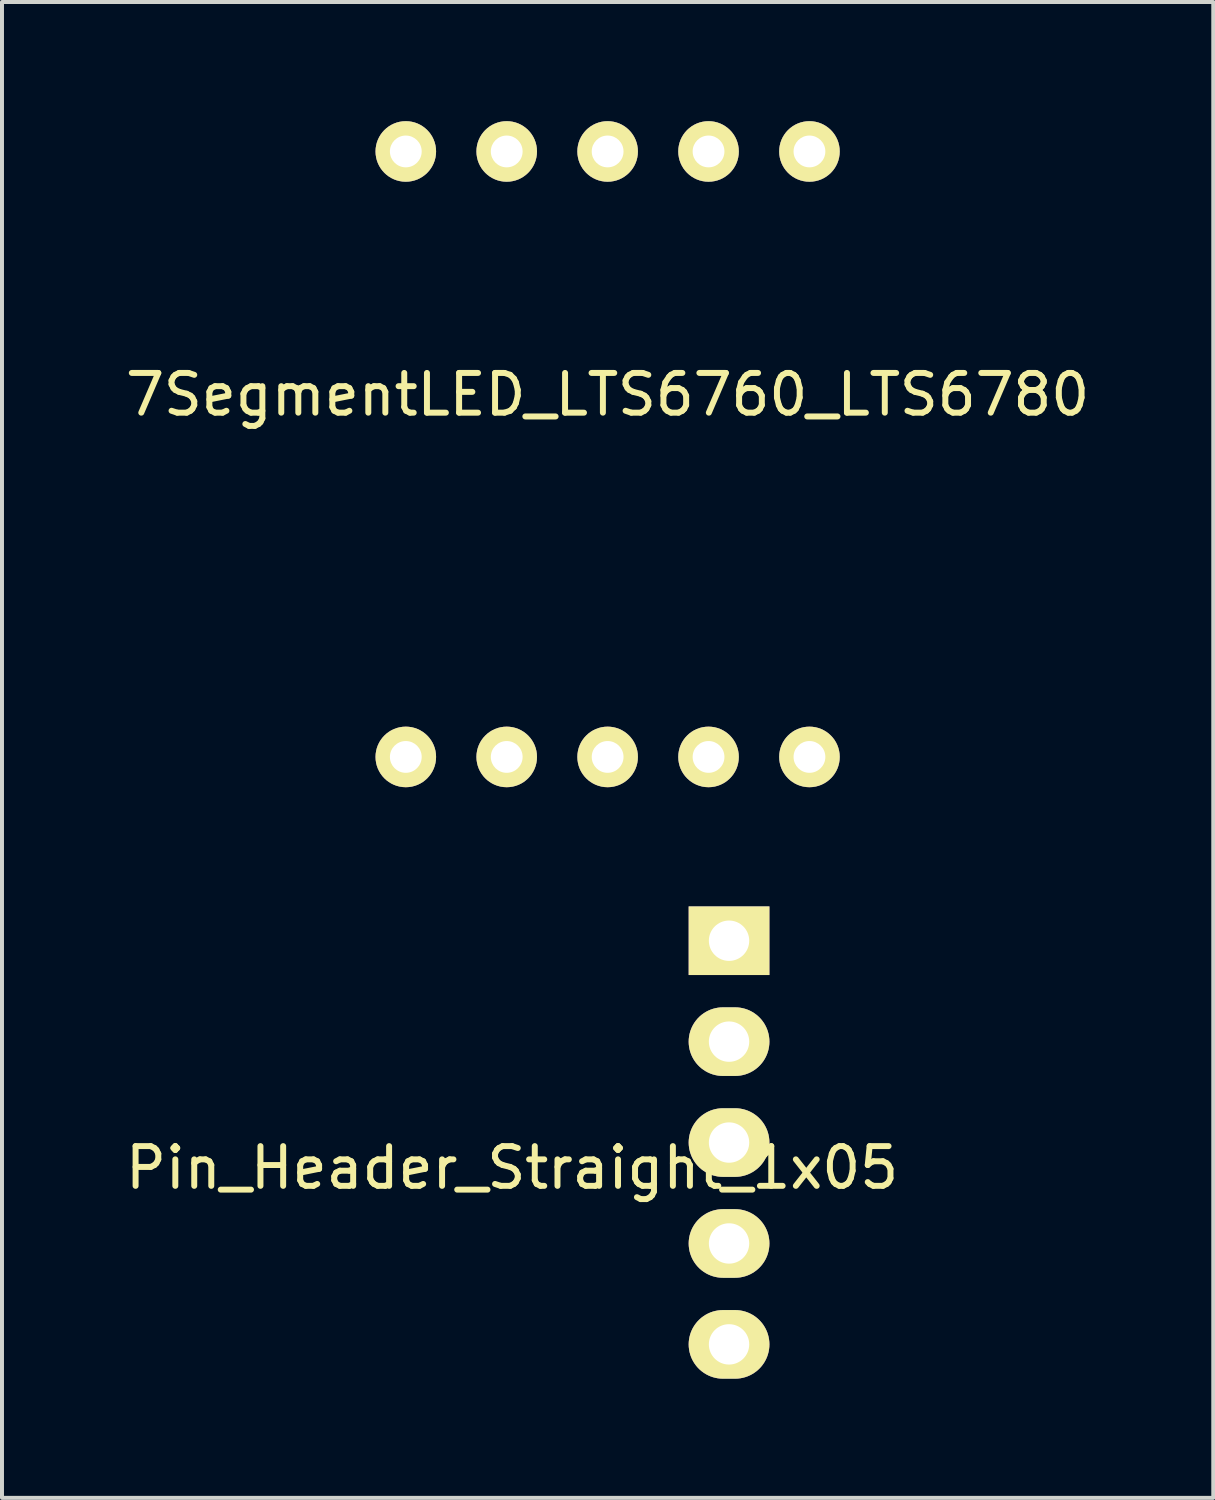
<source format=kicad_pcb>
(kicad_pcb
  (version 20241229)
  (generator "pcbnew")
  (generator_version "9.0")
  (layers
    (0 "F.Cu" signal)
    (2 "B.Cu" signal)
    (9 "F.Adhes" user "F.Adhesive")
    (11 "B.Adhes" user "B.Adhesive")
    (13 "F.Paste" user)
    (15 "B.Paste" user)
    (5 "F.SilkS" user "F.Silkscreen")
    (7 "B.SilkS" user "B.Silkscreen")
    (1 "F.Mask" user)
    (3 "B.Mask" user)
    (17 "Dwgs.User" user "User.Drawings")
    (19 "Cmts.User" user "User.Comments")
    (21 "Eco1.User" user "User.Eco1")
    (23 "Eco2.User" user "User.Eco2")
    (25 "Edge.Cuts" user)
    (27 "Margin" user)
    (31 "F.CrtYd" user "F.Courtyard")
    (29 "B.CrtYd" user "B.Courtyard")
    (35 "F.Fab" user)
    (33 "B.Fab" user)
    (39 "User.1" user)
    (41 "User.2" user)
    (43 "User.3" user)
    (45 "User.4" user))
  (footprint "Pin_Header_Straight_1x05"
    (layer "F.Cu")
    (at 15.3 20.628)
    (property "Reference" "Pin_Header_Straight_1x05" (at -5.461 5.715 0) (layer "F.SilkS") (effects (font (size 1 1) (thickness 0.15))))
    (attr through_hole)
    (pad "1" thru_hole rect (at 0 0) (size 2.032 1.727) (drill 1.016) (layers "*.Cu" "*.Mask" "F.SilkS"))
    (pad "2" thru_hole oval (at 0 2.54) (size 2.032 1.727) (drill 1.016) (layers "*.Cu" "*.Mask" "F.SilkS"))
    (pad "3" thru_hole oval (at 0 5.08) (size 2.032 1.727) (drill 1.016) (layers "*.Cu" "*.Mask" "F.SilkS"))
    (pad "4" thru_hole oval (at 0 7.62) (size 2.032 1.727) (drill 1.016) (layers "*.Cu" "*.Mask" "F.SilkS"))
    (pad "5" thru_hole oval (at 0 10.16) (size 2.032 1.727) (drill 1.016) (layers "*.Cu" "*.Mask" "F.SilkS")))
  (footprint "7SegmentLED_LTS6760_LTS6780"
    (layer "F.Cu")
    (at 12.244 8.382)
    (property "Reference" "7SegmentLED_LTS6760_LTS6780" (at 0 -1.5 0) (layer "F.SilkS") (effects (font (size 1 1) (thickness 0.15))))
    (attr through_hole)
    (pad "1" thru_hole circle (at -5.08 7.62) (size 1.524 1.524) (drill 0.8) (layers "*.Cu" "*.Mask" "F.SilkS"))
    (pad "2" thru_hole circle (at -2.54 7.62) (size 1.524 1.524) (drill 0.8) (layers "*.Cu" "*.Mask" "F.SilkS"))
    (pad "3" thru_hole circle (at 0 7.62) (size 1.524 1.524) (drill 0.8) (layers "*.Cu" "*.Mask" "F.SilkS"))
    (pad "4" thru_hole circle (at 2.54 7.62) (size 1.524 1.524) (drill 0.8) (layers "*.Cu" "*.Mask" "F.SilkS"))
    (pad "5" thru_hole circle (at 5.08 7.62) (size 1.524 1.524) (drill 0.8) (layers "*.Cu" "*.Mask" "F.SilkS"))
    (pad "6" thru_hole circle (at 5.08 -7.62) (size 1.524 1.524) (drill 0.8) (layers "*.Cu" "*.Mask" "F.SilkS"))
    (pad "7" thru_hole circle (at 2.54 -7.62) (size 1.524 1.524) (drill 0.8) (layers "*.Cu" "*.Mask" "F.SilkS"))
    (pad "8" thru_hole circle (at 0 -7.62) (size 1.524 1.524) (drill 0.8) (layers "*.Cu" "*.Mask" "F.SilkS"))
    (pad "9" thru_hole circle (at -2.54 -7.62) (size 1.524 1.524) (drill 0.8) (layers "*.Cu" "*.Mask" "F.SilkS"))
    (pad "10" thru_hole circle (at -5.08 -7.62) (size 1.524 1.524) (drill 0.8) (layers "*.Cu" "*.Mask" "F.SilkS")))
  (gr_rect
    (start -3 -3)
    (end 27.488 34.651)
    (stroke (width 0.1) (type default))
    (fill no)
    (layer "Edge.Cuts")))
</source>
